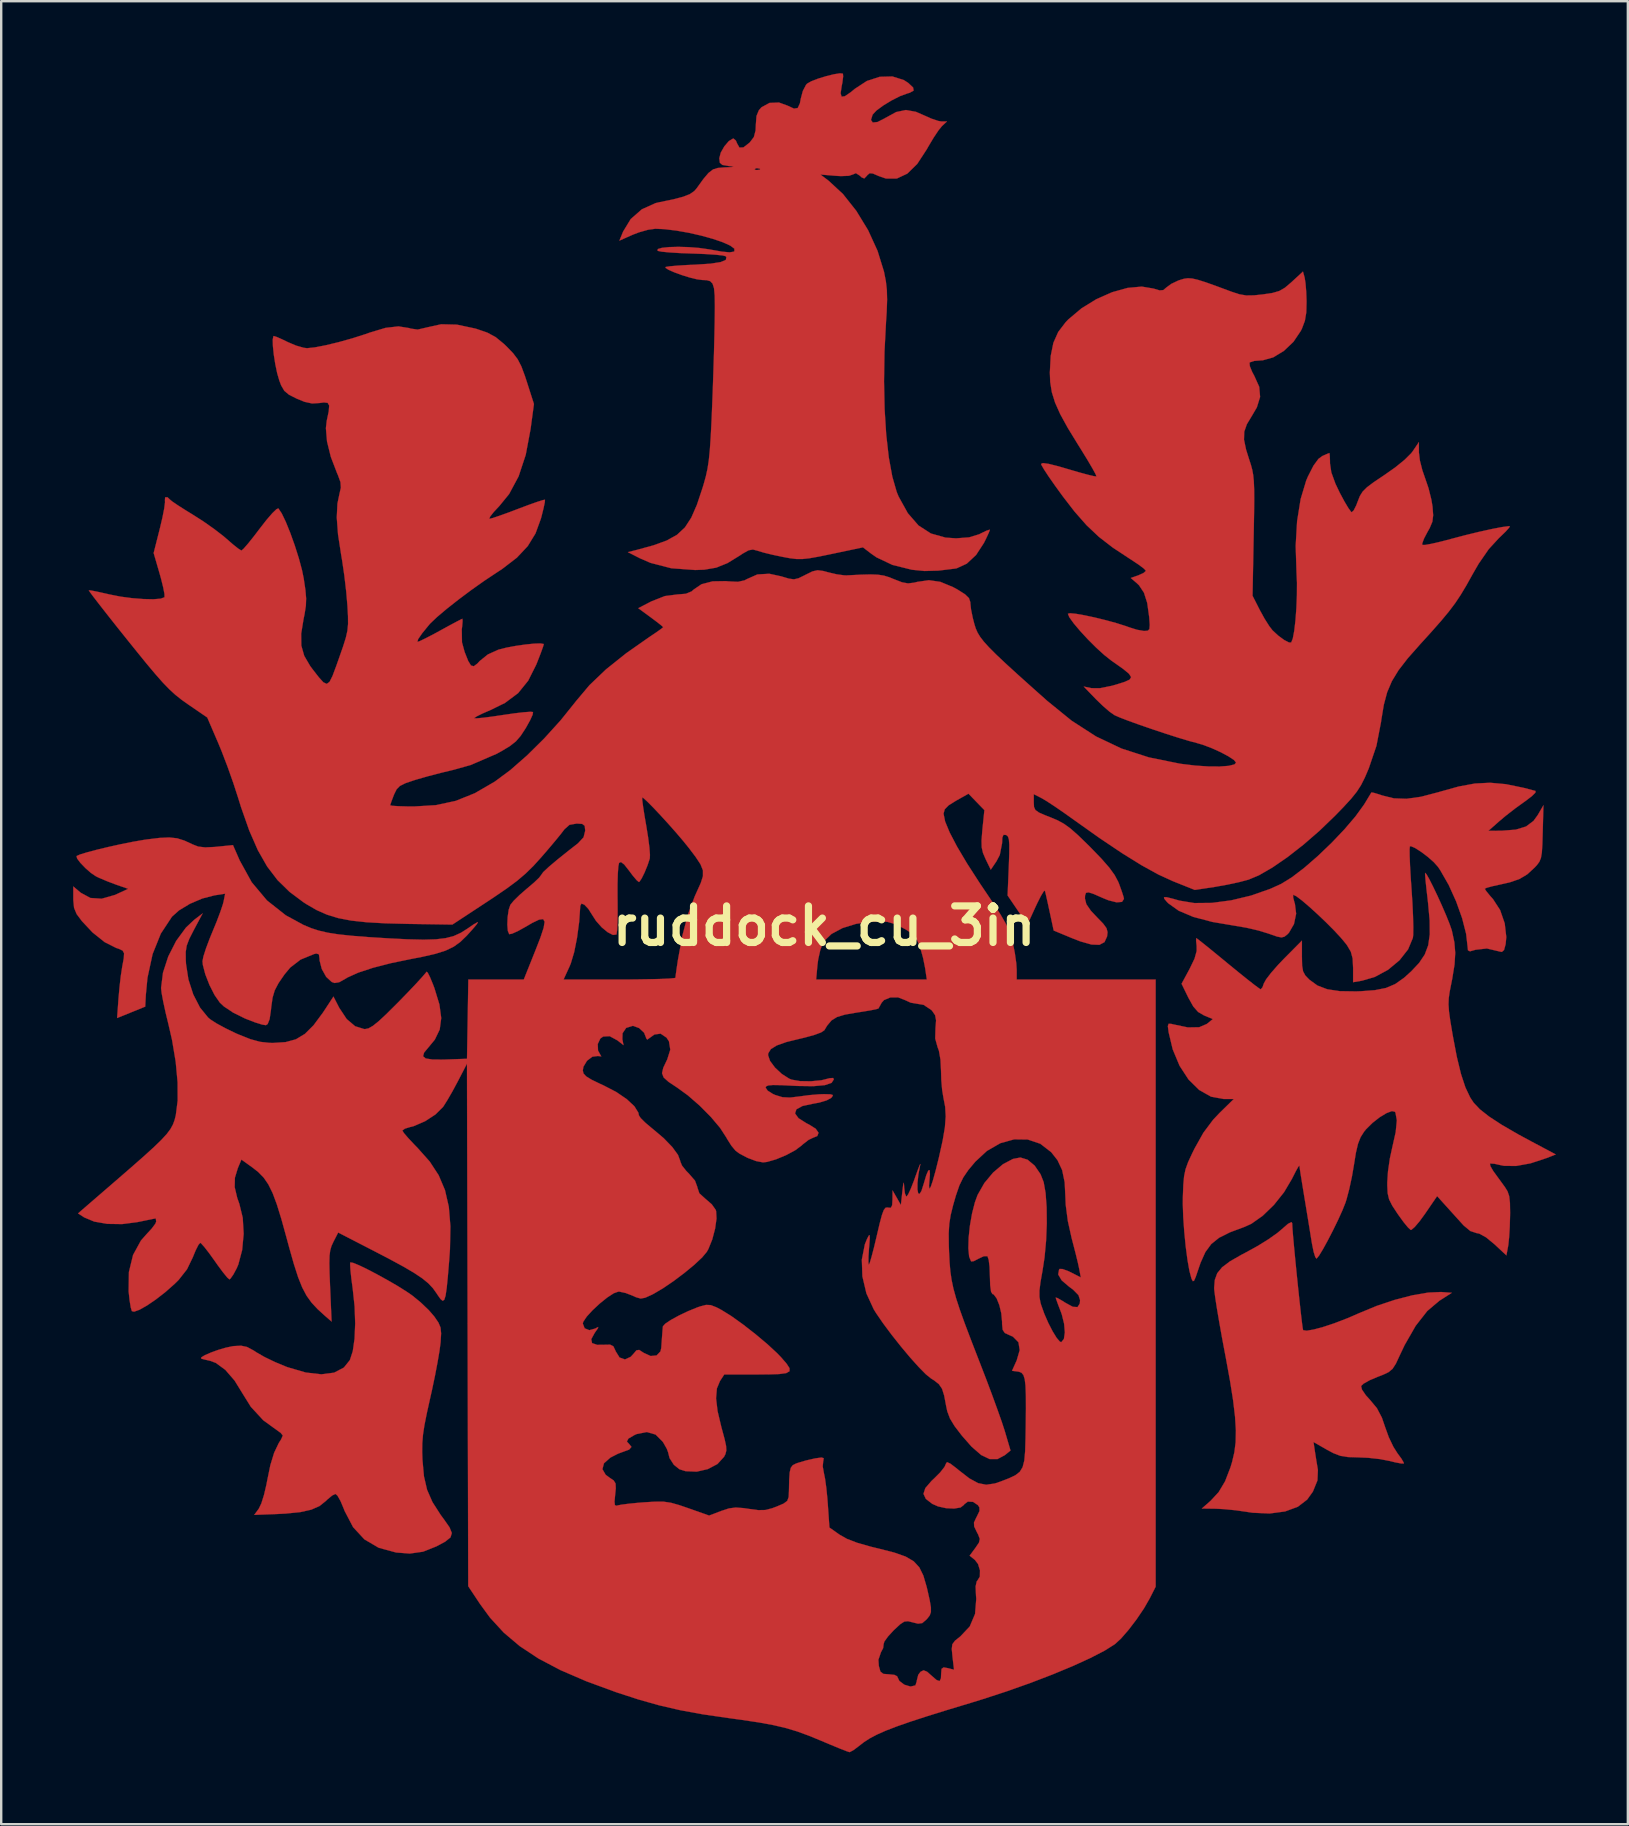
<source format=kicad_pcb>
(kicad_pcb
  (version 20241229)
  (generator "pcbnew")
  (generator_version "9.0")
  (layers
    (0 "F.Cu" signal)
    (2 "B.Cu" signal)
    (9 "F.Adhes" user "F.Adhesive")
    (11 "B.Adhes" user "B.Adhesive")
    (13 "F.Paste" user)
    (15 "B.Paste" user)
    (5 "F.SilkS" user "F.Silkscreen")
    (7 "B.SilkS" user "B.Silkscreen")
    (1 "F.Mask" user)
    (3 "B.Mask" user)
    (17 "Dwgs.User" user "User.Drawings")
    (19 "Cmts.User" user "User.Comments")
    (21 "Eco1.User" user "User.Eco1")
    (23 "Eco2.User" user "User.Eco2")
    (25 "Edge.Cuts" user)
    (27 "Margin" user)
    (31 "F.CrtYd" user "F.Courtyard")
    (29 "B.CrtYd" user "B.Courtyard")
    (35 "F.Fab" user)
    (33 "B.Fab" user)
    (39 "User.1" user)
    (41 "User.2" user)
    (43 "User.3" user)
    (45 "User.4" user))
  (footprint "ruddock_cu_3in"
    (layer "F.Cu")
    (at 31.298 35.541)
    (property "Reference" "ruddock_cu_3in" (at 0 0 0) (layer "F.SilkS") (effects (font (size 1.524 1.524) (thickness 0.3))))
    (attr through_hole)
    (fp_poly (pts (xy -19.635 14.041) (xy -19.385 14.143) (xy -19.037 14.311) (xy -18.627 14.525) (xy -18.194 14.764) (xy -17.774 15.008) (xy -17.405 15.239) (xy -17.172 15.399) (xy -16.813 15.693) (xy -16.474 16.017) (xy -16.247 16.28) (xy -16.075 16.532) (xy -15.987 16.739) (xy -15.963 16.982) (xy -15.984 17.342) (xy -15.987 17.374) (xy -16.03 17.706) (xy -16.111 18.183) (xy -16.22 18.752) (xy -16.347 19.359) (xy -16.415 19.66) (xy -16.558 20.306) (xy -16.658 20.806) (xy -16.719 21.209) (xy -16.748 21.565) (xy -16.752 21.925) (xy -16.741 22.25) (xy -16.679 22.937) (xy -16.549 23.499) (xy -16.324 24.014) (xy -15.977 24.555) (xy -15.846 24.732) (xy -15.612 25.066) (xy -15.516 25.302) (xy -15.572 25.485) (xy -15.791 25.661) (xy -16.154 25.857) (xy -16.716 26.081) (xy -17.268 26.159) (xy -17.838 26.115) (xy -18.564 25.918) (xy -19.16 25.568) (xy -19.632 25.058) (xy -19.985 24.383) (xy -20.02 24.292) (xy -20.153 23.975) (xy -20.279 23.751) (xy -20.365 23.673) (xy -20.507 23.741) (xy -20.71 23.91) (xy -20.767 23.967) (xy -21.029 24.177) (xy -21.374 24.329) (xy -21.835 24.432) (xy -22.446 24.493) (xy -22.823 24.512) (xy -23.751 24.547) (xy -23.561 24.288) (xy -23.456 24.069) (xy -23.344 23.712) (xy -23.243 23.282) (xy -23.215 23.132) (xy -23.079 22.469) (xy -22.923 21.96) (xy -22.73 21.554) (xy -22.633 21.402) (xy -22.561 21.239) (xy -22.656 21.122) (xy -22.696 21.097) (xy -23.374 20.605) (xy -23.894 20.042) (xy -24.212 19.531) (xy -24.57 18.95) (xy -24.957 18.503) (xy -25.347 18.216) (xy -25.58 18.128) (xy -25.821 18.072) (xy -25.959 18.037) (xy -25.962 17.984) (xy -25.816 17.894) (xy -25.566 17.784) (xy -25.26 17.673) (xy -24.942 17.579) (xy -24.659 17.519) (xy -24.613 17.512) (xy -24.3 17.496) (xy -24.052 17.548) (xy -23.776 17.696) (xy -23.656 17.775) (xy -23.326 17.965) (xy -22.889 18.176) (xy -22.43 18.367) (xy -22.357 18.394) (xy -21.603 18.614) (xy -20.954 18.688) (xy -20.421 18.619) (xy -20.015 18.406) (xy -19.766 18.095) (xy -19.645 17.724) (xy -19.57 17.199) (xy -19.544 16.565) (xy -19.568 15.865) (xy -19.645 15.143) (xy -19.645 15.14) (xy -19.704 14.698) (xy -19.742 14.336) (xy -19.756 14.097) (xy -19.748 14.024) (xy -19.635 14.041)) (stroke (width 0.01) (type solid)) (fill yes) (layer "F.Cu"))
    (fp_poly (pts (xy 19.507 12.387) (xy 19.517 12.577) (xy 19.544 12.918) (xy 19.585 13.372) (xy 19.636 13.905) (xy 19.693 14.481) (xy 19.753 15.065) (xy 19.812 15.62) (xy 19.866 16.112) (xy 19.912 16.504) (xy 19.946 16.761) (xy 19.964 16.848) (xy 20.113 16.871) (xy 20.411 16.82) (xy 20.82 16.709) (xy 21.305 16.546) (xy 21.828 16.344) (xy 22.29 16.143) (xy 23.027 15.838) (xy 23.785 15.585) (xy 24.518 15.395) (xy 25.175 15.282) (xy 25.709 15.258) (xy 25.744 15.26) (xy 26.161 15.291) (xy 25.637 15.626) (xy 25.138 16.049) (xy 24.656 16.665) (xy 24.195 17.469) (xy 23.995 17.89) (xy 23.832 18.241) (xy 23.692 18.459) (xy 23.52 18.601) (xy 23.258 18.722) (xy 23.066 18.795) (xy 22.735 18.936) (xy 22.487 19.075) (xy 22.38 19.175) (xy 22.417 19.326) (xy 22.579 19.563) (xy 22.75 19.752) (xy 23.04 20.1) (xy 23.247 20.494) (xy 23.382 20.888) (xy 23.534 21.309) (xy 23.726 21.711) (xy 23.895 21.978) (xy 24.065 22.209) (xy 24.156 22.368) (xy 24.161 22.406) (xy 24.049 22.404) (xy 23.802 22.357) (xy 23.566 22.299) (xy 23.167 22.222) (xy 22.679 22.168) (xy 22.263 22.15) (xy 21.832 22.137) (xy 21.516 22.086) (xy 21.225 21.974) (xy 20.955 21.83) (xy 20.398 21.511) (xy 20.456 21.906) (xy 20.515 22.283) (xy 20.577 22.653) (xy 20.58 22.669) (xy 20.561 23.111) (xy 20.371 23.578) (xy 20.13 23.912) (xy 19.742 24.209) (xy 19.211 24.404) (xy 18.57 24.489) (xy 17.858 24.458) (xy 17.628 24.423) (xy 17.157 24.355) (xy 16.662 24.307) (xy 16.329 24.29) (xy 15.741 24.282) (xy 16.106 23.962) (xy 16.443 23.599) (xy 16.712 23.147) (xy 16.939 22.557) (xy 17.005 22.336) (xy 17.099 21.936) (xy 17.152 21.508) (xy 17.162 21.025) (xy 17.127 20.458) (xy 17.047 19.78) (xy 16.918 18.964) (xy 16.739 17.983) (xy 16.713 17.847) (xy 16.583 17.156) (xy 16.468 16.511) (xy 16.372 15.946) (xy 16.302 15.495) (xy 16.263 15.19) (xy 16.256 15.094) (xy 16.283 14.755) (xy 16.384 14.476) (xy 16.585 14.229) (xy 16.912 13.982) (xy 17.395 13.705) (xy 17.595 13.6) (xy 18.065 13.341) (xy 18.517 13.061) (xy 18.887 12.799) (xy 19.067 12.648) (xy 19.332 12.417) (xy 19.478 12.344) (xy 19.507 12.387)) (stroke (width 0.01) (type solid)) (fill yes) (layer "F.Cu"))
    (fp_poly (pts (xy -26.965 -3.652) (xy -26.658 -3.555) (xy -26.335 -3.404) (xy -26.087 -3.307) (xy -25.798 -3.273) (xy -25.395 -3.292) (xy -25.319 -3.3) (xy -24.638 -3.368) (xy -24.356 -2.725) (xy -23.858 -1.821) (xy -23.221 -1.062) (xy -22.436 -0.442) (xy -21.701 -0.042) (xy -21.386 0.09) (xy -21.059 0.196) (xy -20.688 0.282) (xy -20.24 0.352) (xy -19.684 0.411) (xy -18.988 0.466) (xy -18.173 0.517) (xy -17.348 0.558) (xy -16.693 0.573) (xy -16.177 0.558) (xy -15.767 0.508) (xy -15.433 0.42) (xy -15.142 0.288) (xy -14.862 0.111) (xy -14.835 0.091) (xy -14.603 -0.067) (xy -14.455 -0.149) (xy -14.427 -0.149) (xy -14.491 -0.052) (xy -14.66 0.148) (xy -14.893 0.406) (xy -15.164 0.668) (xy -15.446 0.87) (xy -15.781 1.03) (xy -16.21 1.165) (xy -16.776 1.294) (xy -17.17 1.369) (xy -18.044 1.549) (xy -18.801 1.744) (xy -19.415 1.946) (xy -19.859 2.146) (xy -19.941 2.196) (xy -20.214 2.348) (xy -20.403 2.379) (xy -20.524 2.336) (xy -20.753 2.123) (xy -20.937 1.794) (xy -21.028 1.439) (xy -21.031 1.37) (xy -21.056 1.183) (xy -21.167 1.15) (xy -21.26 1.173) (xy -21.822 1.404) (xy -22.254 1.737) (xy -22.488 2.018) (xy -22.742 2.388) (xy -22.898 2.685) (xy -22.988 2.991) (xy -23.044 3.391) (xy -23.055 3.504) (xy -23.111 3.886) (xy -23.192 4.089) (xy -23.266 4.137) (xy -23.428 4.111) (xy -23.718 4.02) (xy -24.079 3.881) (xy -24.152 3.85) (xy -24.63 3.614) (xy -25.015 3.357) (xy -25.183 3.2) (xy -25.405 2.88) (xy -25.618 2.461) (xy -25.791 2.017) (xy -25.894 1.624) (xy -25.908 1.468) (xy -25.869 1.27) (xy -25.764 0.94) (xy -25.611 0.532) (xy -25.502 0.266) (xy -25.32 -0.175) (xy -25.166 -0.583) (xy -25.06 -0.898) (xy -25.03 -1.014) (xy -24.964 -1.344) (xy -25.41 -1.274) (xy -25.917 -1.143) (xy -26.433 -0.923) (xy -26.884 -0.65) (xy -27.18 -0.386) (xy -27.645 0.319) (xy -27.988 1.173) (xy -28.202 2.162) (xy -28.27 2.876) (xy -28.296 3.364) (xy -29.467 3.839) (xy -29.408 3.012) (xy -29.366 2.543) (xy -29.313 2.082) (xy -29.258 1.722) (xy -29.254 1.697) (xy -29.189 1.346) (xy -29.177 1.141) (xy -29.236 1.03) (xy -29.384 0.958) (xy -29.508 0.917) (xy -29.984 0.677) (xy -30.49 0.273) (xy -30.933 -0.199) (xy -31.154 -0.494) (xy -31.261 -0.752) (xy -31.292 -1.07) (xy -31.293 -1.136) (xy -31.293 -1.644) (xy -30.98 -1.381) (xy -30.581 -1.165) (xy -30.112 -1.134) (xy -29.567 -1.289) (xy -29.464 -1.334) (xy -29.007 -1.546) (xy -29.52 -1.725) (xy -29.885 -1.863) (xy -30.224 -2.007) (xy -30.346 -2.066) (xy -30.558 -2.208) (xy -30.789 -2.411) (xy -30.997 -2.627) (xy -31.134 -2.809) (xy -31.158 -2.912) (xy -31.018 -2.976) (xy -30.721 -3.067) (xy -30.31 -3.176) (xy -29.827 -3.292) (xy -29.314 -3.406) (xy -28.814 -3.506) (xy -28.37 -3.583) (xy -28.253 -3.601) (xy -27.704 -3.668) (xy -27.294 -3.687) (xy -26.965 -3.652)) (stroke (width 0.01) (type solid)) (fill yes) (layer "F.Cu"))
    (fp_poly (pts (xy 28.412 -5.908) (xy 29.149 -5.757) (xy 29.652 -5.625) (xy 29.645 -5.555) (xy 29.495 -5.406) (xy 29.233 -5.207) (xy 29.195 -5.18) (xy 28.804 -4.898) (xy 28.402 -4.585) (xy 28.143 -4.368) (xy 27.686 -3.963) (xy 28.245 -3.968) (xy 28.826 -4.013) (xy 29.254 -4.144) (xy 29.568 -4.378) (xy 29.744 -4.623) (xy 29.98 -5.029) (xy 29.95 -3.893) (xy 29.935 -3.396) (xy 29.914 -3.056) (xy 29.875 -2.829) (xy 29.808 -2.669) (xy 29.704 -2.53) (xy 29.616 -2.436) (xy 29.309 -2.153) (xy 28.985 -1.958) (xy 28.575 -1.816) (xy 28.167 -1.724) (xy 27.841 -1.652) (xy 27.612 -1.588) (xy 27.534 -1.548) (xy 27.596 -1.451) (xy 27.755 -1.256) (xy 27.88 -1.115) (xy 28.174 -0.662) (xy 28.366 -0.107) (xy 28.432 0.464) (xy 28.405 0.759) (xy 28.338 1.004) (xy 28.247 1.084) (xy 28.162 1.068) (xy 27.623 0.94) (xy 27.147 0.994) (xy 27.132 0.999) (xy 26.92 1.059) (xy 26.835 1.019) (xy 26.821 0.884) (xy 26.758 0.331) (xy 26.591 -0.324) (xy 26.341 -1.023) (xy 26.031 -1.708) (xy 25.68 -2.32) (xy 25.583 -2.464) (xy 25.41 -2.658) (xy 25.162 -2.876) (xy 24.889 -3.083) (xy 24.64 -3.243) (xy 24.463 -3.32) (xy 24.413 -3.314) (xy 24.401 -3.198) (xy 24.404 -2.914) (xy 24.421 -2.497) (xy 24.451 -1.98) (xy 24.482 -1.538) (xy 24.52 -0.944) (xy 24.545 -0.4) (xy 24.556 0.054) (xy 24.552 0.375) (xy 24.539 0.498) (xy 24.339 0.976) (xy 23.981 1.431) (xy 23.506 1.826) (xy 22.957 2.124) (xy 22.428 2.28) (xy 22.047 2.346) (xy 22.047 1.747) (xy 22.028 1.359) (xy 21.953 1.076) (xy 21.793 0.805) (xy 21.754 0.752) (xy 21.546 0.501) (xy 21.258 0.191) (xy 20.921 -0.148) (xy 20.564 -0.488) (xy 20.219 -0.801) (xy 19.916 -1.06) (xy 19.685 -1.234) (xy 19.558 -1.297) (xy 19.547 -1.293) (xy 19.55 -1.18) (xy 19.609 -0.957) (xy 19.622 -0.921) (xy 19.673 -0.51) (xy 19.583 -0.078) (xy 19.373 0.285) (xy 19.308 0.352) (xy 19.185 0.449) (xy 19.061 0.48) (xy 18.876 0.443) (xy 18.568 0.336) (xy 18.519 0.319) (xy 18.104 0.192) (xy 17.602 0.075) (xy 17.17 0.001) (xy 16.182 -0.166) (xy 15.387 -0.376) (xy 14.777 -0.634) (xy 14.348 -0.94) (xy 14.284 -1.005) (xy 14.175 -1.136) (xy 14.166 -1.199) (xy 14.282 -1.196) (xy 14.55 -1.129) (xy 14.813 -1.054) (xy 15.428 -0.953) (xy 16.163 -0.96) (xy 16.969 -1.067) (xy 17.799 -1.266) (xy 18.604 -1.549) (xy 19.05 -1.752) (xy 19.491 -2.024) (xy 20.013 -2.423) (xy 20.578 -2.914) (xy 21.147 -3.459) (xy 21.682 -4.021) (xy 22.146 -4.564) (xy 22.499 -5.051) (xy 22.549 -5.131) (xy 22.697 -5.377) (xy 22.793 -5.535) (xy 22.811 -5.564) (xy 22.907 -5.549) (xy 23.131 -5.482) (xy 23.263 -5.437) (xy 23.747 -5.317) (xy 24.27 -5.299) (xy 24.875 -5.383) (xy 25.605 -5.574) (xy 25.667 -5.593) (xy 26.447 -5.81) (xy 27.123 -5.935) (xy 27.757 -5.967) (xy 28.412 -5.908)) (stroke (width 0.01) (type solid)) (fill yes) (layer "F.Cu"))
    (fp_poly (pts (xy 25.105 -2.155) (xy 25.222 -1.95) (xy 25.381 -1.636) (xy 25.564 -1.253) (xy 25.751 -0.842) (xy 25.924 -0.441) (xy 26.065 -0.091) (xy 26.156 0.169) (xy 26.165 0.203) (xy 26.267 0.677) (xy 26.304 1.122) (xy 26.275 1.606) (xy 26.18 2.196) (xy 26.142 2.387) (xy 26.073 2.735) (xy 26.033 3.012) (xy 26.023 3.273) (xy 26.044 3.569) (xy 26.097 3.952) (xy 26.185 4.476) (xy 26.2 4.565) (xy 26.37 5.459) (xy 26.544 6.173) (xy 26.728 6.731) (xy 26.931 7.157) (xy 27.072 7.369) (xy 27.33 7.642) (xy 27.716 7.946) (xy 28.249 8.294) (xy 28.943 8.695) (xy 29.448 8.968) (xy 30.493 9.523) (xy 30.105 9.677) (xy 29.442 9.895) (xy 28.838 10.005) (xy 28.335 9.999) (xy 28.197 9.971) (xy 27.936 9.913) (xy 27.771 9.902) (xy 27.75 9.91) (xy 27.771 10.015) (xy 27.886 10.212) (xy 27.922 10.263) (xy 28.144 10.567) (xy 28.369 10.877) (xy 28.372 10.88) (xy 28.485 11.063) (xy 28.553 11.264) (xy 28.584 11.54) (xy 28.591 11.948) (xy 28.589 12.084) (xy 28.576 12.543) (xy 28.55 12.972) (xy 28.517 13.294) (xy 28.507 13.353) (xy 28.436 13.732) (xy 27.938 13.267) (xy 27.585 12.977) (xy 27.299 12.822) (xy 27.191 12.802) (xy 26.933 12.716) (xy 26.653 12.483) (xy 26.642 12.471) (xy 26.396 12.199) (xy 26.101 11.873) (xy 25.946 11.701) (xy 25.549 11.261) (xy 25.054 11.985) (xy 24.82 12.307) (xy 24.617 12.546) (xy 24.478 12.665) (xy 24.449 12.671) (xy 24.341 12.574) (xy 24.158 12.352) (xy 23.938 12.05) (xy 23.903 12) (xy 23.678 11.657) (xy 23.548 11.398) (xy 23.488 11.144) (xy 23.472 10.818) (xy 23.472 10.687) (xy 23.502 10.225) (xy 23.579 9.694) (xy 23.675 9.252) (xy 23.823 8.591) (xy 23.87 8.103) (xy 23.814 7.788) (xy 23.792 7.747) (xy 23.666 7.717) (xy 23.439 7.802) (xy 23.155 7.974) (xy 22.859 8.206) (xy 22.592 8.469) (xy 22.507 8.572) (xy 22.361 8.802) (xy 22.251 9.081) (xy 22.162 9.462) (xy 22.087 9.929) (xy 21.999 10.444) (xy 21.887 10.965) (xy 21.771 11.403) (xy 21.73 11.532) (xy 21.602 11.852) (xy 21.422 12.25) (xy 21.212 12.681) (xy 20.995 13.102) (xy 20.794 13.469) (xy 20.63 13.738) (xy 20.526 13.867) (xy 20.525 13.867) (xy 20.47 13.801) (xy 20.401 13.579) (xy 20.334 13.246) (xy 20.323 13.183) (xy 20.256 12.768) (xy 20.169 12.232) (xy 20.074 11.654) (xy 20.009 11.261) (xy 19.932 10.79) (xy 19.868 10.393) (xy 19.825 10.112) (xy 19.809 9.991) (xy 19.768 10.031) (xy 19.663 10.216) (xy 19.515 10.508) (xy 19.5 10.539) (xy 19.168 11.1) (xy 18.747 11.628) (xy 18.28 12.08) (xy 17.81 12.412) (xy 17.526 12.542) (xy 16.913 12.77) (xy 16.461 12.997) (xy 16.133 13.261) (xy 15.889 13.594) (xy 15.692 14.033) (xy 15.6 14.3) (xy 15.489 14.628) (xy 15.418 14.788) (xy 15.367 14.807) (xy 15.316 14.71) (xy 15.31 14.695) (xy 15.227 14.386) (xy 15.145 13.925) (xy 15.071 13.364) (xy 15.011 12.753) (xy 14.968 12.143) (xy 14.949 11.586) (xy 14.952 11.293) (xy 14.971 10.796) (xy 15.003 10.434) (xy 15.064 10.14) (xy 15.17 9.846) (xy 15.338 9.484) (xy 15.434 9.288) (xy 15.806 8.622) (xy 16.211 8.081) (xy 16.478 7.798) (xy 17.074 7.214) (xy 16.652 7.214) (xy 16.125 7.116) (xy 15.632 6.838) (xy 15.189 6.402) (xy 14.815 5.83) (xy 14.529 5.145) (xy 14.358 4.429) (xy 14.326 4.177) (xy 14.356 4.078) (xy 14.476 4.084) (xy 14.539 4.101) (xy 15.159 4.23) (xy 15.633 4.222) (xy 15.949 4.086) (xy 16.2 3.883) (xy 15.834 3.73) (xy 15.587 3.586) (xy 15.386 3.358) (xy 15.183 2.994) (xy 14.898 2.411) (xy 15.236 1.785) (xy 15.439 1.363) (xy 15.527 1.046) (xy 15.526 0.834) (xy 15.503 0.612) (xy 15.51 0.509) (xy 15.512 0.508) (xy 15.597 0.569) (xy 15.813 0.739) (xy 16.131 0.996) (xy 16.525 1.318) (xy 16.836 1.575) (xy 17.272 1.931) (xy 17.653 2.237) (xy 17.952 2.471) (xy 18.143 2.611) (xy 18.197 2.642) (xy 18.271 2.556) (xy 18.327 2.397) (xy 18.423 2.224) (xy 18.631 1.954) (xy 18.918 1.626) (xy 19.151 1.382) (xy 19.914 0.612) (xy 19.914 1.281) (xy 19.922 1.654) (xy 19.962 1.892) (xy 20.056 2.066) (xy 20.227 2.243) (xy 20.228 2.244) (xy 20.56 2.484) (xy 20.97 2.64) (xy 21.493 2.719) (xy 22.167 2.729) (xy 22.352 2.723) (xy 22.955 2.678) (xy 23.417 2.586) (xy 23.801 2.423) (xy 24.166 2.166) (xy 24.468 1.894) (xy 24.799 1.542) (xy 25.033 1.193) (xy 25.178 0.808) (xy 25.243 0.348) (xy 25.238 -0.225) (xy 25.172 -0.951) (xy 25.159 -1.067) (xy 25.107 -1.518) (xy 25.068 -1.887) (xy 25.048 -2.133) (xy 25.047 -2.213) (xy 25.105 -2.155)) (stroke (width 0.01) (type solid)) (fill yes) (layer "F.Cu"))
    (fp_poly (pts (xy 0.784 -35.521) (xy 0.793 -35.402) (xy 0.762 -35.155) (xy 0.733 -35.008) (xy 0.688 -34.704) (xy 0.727 -34.563) (xy 0.865 -34.58) (xy 1.117 -34.753) (xy 1.282 -34.89) (xy 1.783 -35.217) (xy 2.318 -35.39) (xy 2.845 -35.404) (xy 3.321 -35.255) (xy 3.506 -35.135) (xy 3.71 -34.943) (xy 3.73 -34.814) (xy 3.565 -34.723) (xy 3.48 -34.7) (xy 3.173 -34.588) (xy 2.813 -34.406) (xy 2.461 -34.192) (xy 2.177 -33.982) (xy 2.022 -33.814) (xy 1.952 -33.59) (xy 2.028 -33.485) (xy 2.226 -33.506) (xy 2.525 -33.659) (xy 2.546 -33.672) (xy 3.003 -33.921) (xy 3.409 -34.006) (xy 3.826 -33.931) (xy 4.145 -33.792) (xy 4.473 -33.646) (xy 4.761 -33.55) (xy 4.893 -33.528) (xy 5.118 -33.528) (xy 4.91 -33.334) (xy 4.766 -33.157) (xy 4.565 -32.855) (xy 4.344 -32.485) (xy 4.276 -32.364) (xy 3.88 -31.758) (xy 3.466 -31.354) (xy 3.033 -31.151) (xy 2.58 -31.149) (xy 2.277 -31.253) (xy 2.032 -31.359) (xy 1.897 -31.371) (xy 1.802 -31.292) (xy 1.782 -31.264) (xy 1.675 -31.154) (xy 1.567 -31.196) (xy 1.491 -31.267) (xy 1.325 -31.374) (xy 1.21 -31.324) (xy 1.034 -31.264) (xy 0.697 -31.251) (xy 0.473 -31.264) (xy -0.152 -31.316) (xy 0.192 -31.054) (xy 0.785 -30.505) (xy 1.342 -29.802) (xy 1.833 -28.997) (xy 2.226 -28.138) (xy 2.493 -27.277) (xy 2.499 -27.25) (xy 2.574 -26.864) (xy 2.615 -26.499) (xy 2.625 -26.094) (xy 2.607 -25.586) (xy 2.582 -25.203) (xy 2.516 -23.928) (xy 2.497 -22.699) (xy 2.521 -21.54) (xy 2.588 -20.475) (xy 2.695 -19.529) (xy 2.842 -18.725) (xy 3.025 -18.088) (xy 3.103 -17.898) (xy 3.489 -17.201) (xy 3.933 -16.69) (xy 4.452 -16.355) (xy 5.061 -16.184) (xy 5.499 -16.154) (xy 6.043 -16.195) (xy 6.461 -16.323) (xy 6.529 -16.358) (xy 6.76 -16.47) (xy 6.895 -16.514) (xy 6.909 -16.507) (xy 6.866 -16.393) (xy 6.758 -16.159) (xy 6.66 -15.961) (xy 6.333 -15.46) (xy 5.945 -15.099) (xy 5.528 -14.906) (xy 5.458 -14.893) (xy 4.76 -14.808) (xy 4.183 -14.793) (xy 3.658 -14.845) (xy 3.658 -14.845) (xy 2.849 -15.046) (xy 2.186 -15.36) (xy 1.965 -15.513) (xy 1.618 -15.778) (xy 0.326 -15.506) (xy -0.212 -15.395) (xy -0.604 -15.325) (xy -0.901 -15.292) (xy -1.157 -15.293) (xy -1.424 -15.325) (xy -1.728 -15.381) (xy -2.141 -15.468) (xy -2.512 -15.558) (xy -2.765 -15.634) (xy -2.776 -15.638) (xy -2.967 -15.688) (xy -3.147 -15.656) (xy -3.386 -15.523) (xy -3.513 -15.438) (xy -4.029 -15.121) (xy -4.495 -14.933) (xy -4.995 -14.847) (xy -5.377 -14.834) (xy -6.369 -14.907) (xy -7.238 -15.132) (xy -7.671 -15.32) (xy -8.179 -15.579) (xy -7.823 -15.668) (xy -7.11 -15.863) (xy -6.557 -16.064) (xy -6.131 -16.302) (xy -5.801 -16.609) (xy -5.536 -17.015) (xy -5.302 -17.552) (xy -5.069 -18.251) (xy -5.017 -18.422) (xy -4.929 -18.739) (xy -4.86 -19.056) (xy -4.806 -19.411) (xy -4.763 -19.841) (xy -4.726 -20.382) (xy -4.691 -21.074) (xy -4.676 -21.438) (xy -4.645 -22.215) (xy -4.617 -23.046) (xy -4.591 -23.865) (xy -4.572 -24.607) (xy -4.56 -25.18) (xy -4.553 -25.811) (xy -4.56 -26.268) (xy -4.589 -26.579) (xy -4.65 -26.771) (xy -4.749 -26.873) (xy -4.897 -26.914) (xy -5.086 -26.922) (xy -5.305 -26.951) (xy -5.601 -27.024) (xy -5.927 -27.125) (xy -6.235 -27.237) (xy -6.478 -27.343) (xy -6.61 -27.426) (xy -6.604 -27.464) (xy -6.444 -27.491) (xy -6.13 -27.519) (xy -5.712 -27.545) (xy -5.356 -27.561) (xy -4.737 -27.601) (xy -4.316 -27.667) (xy -4.095 -27.759) (xy -4.074 -27.876) (xy -4.105 -27.913) (xy -4.23 -27.944) (xy -4.518 -27.975) (xy -4.929 -28.002) (xy -5.421 -28.022) (xy -5.52 -28.025) (xy -6.024 -28.044) (xy -6.455 -28.071) (xy -6.772 -28.102) (xy -6.934 -28.135) (xy -6.943 -28.141) (xy -6.932 -28.211) (xy -6.757 -28.262) (xy -6.458 -28.293) (xy -6.073 -28.303) (xy -5.641 -28.291) (xy -5.2 -28.256) (xy -4.791 -28.198) (xy -4.736 -28.188) (xy -4.256 -28.103) (xy -3.944 -28.074) (xy -3.772 -28.1) (xy -3.739 -28.123) (xy -3.742 -28.229) (xy -3.913 -28.355) (xy -4.221 -28.494) (xy -4.632 -28.635) (xy -5.114 -28.769) (xy -5.635 -28.888) (xy -6.163 -28.981) (xy -6.664 -29.041) (xy -7.033 -29.057) (xy -7.339 -29.015) (xy -7.723 -28.906) (xy -7.972 -28.81) (xy -8.532 -28.562) (xy -8.379 -28.937) (xy -8.06 -29.462) (xy -7.596 -29.868) (xy -7.024 -30.126) (xy -6.848 -30.167) (xy -6.274 -30.285) (xy -5.867 -30.393) (xy -5.589 -30.505) (xy -5.405 -30.634) (xy -5.311 -30.744) (xy -5.032 -31.131) (xy -4.821 -31.381) (xy -4.64 -31.52) (xy -2.902 -31.52) (xy -2.802 -31.504) (xy -2.671 -31.523) (xy -2.669 -31.557) (xy -2.805 -31.582) (xy -2.864 -31.565) (xy -2.902 -31.52) (xy -4.64 -31.52) (xy -4.637 -31.523) (xy -4.435 -31.59) (xy -4.174 -31.613) (xy -4.131 -31.615) (xy -3.855 -31.626) (xy -3.772 -31.64) (xy -3.871 -31.659) (xy -3.988 -31.672) (xy -4.239 -31.716) (xy -4.347 -31.809) (xy -4.369 -31.995) (xy -4.308 -32.23) (xy -4.159 -32.491) (xy -3.973 -32.709) (xy -3.797 -32.815) (xy -3.776 -32.817) (xy -3.677 -32.732) (xy -3.628 -32.614) (xy -3.529 -32.44) (xy -3.362 -32.448) (xy -3.118 -32.637) (xy -3.094 -32.66) (xy -2.928 -32.88) (xy -2.856 -33.155) (xy -2.845 -33.404) (xy -2.818 -33.759) (xy -2.72 -33.995) (xy -2.61 -34.12) (xy -2.278 -34.301) (xy -1.883 -34.318) (xy -1.524 -34.188) (xy -1.258 -34.065) (xy -1.099 -34.089) (xy -1.009 -34.284) (xy -0.972 -34.481) (xy -0.887 -34.8) (xy -0.755 -35.053) (xy -0.71 -35.104) (xy -0.536 -35.203) (xy -0.251 -35.313) (xy 0.085 -35.416) (xy 0.41 -35.496) (xy 0.665 -35.536) (xy 0.784 -35.521)) (stroke (width 0.01) (type solid)) (fill yes) (layer "F.Cu"))
    (fp_poly (pts (xy 20.027 -27.022) (xy 20.063 -26.796) (xy 20.092 -26.443) (xy 20.107 -26.038) (xy 20.107 -26.032) (xy 20.096 -25.571) (xy 20.038 -25.223) (xy 19.916 -24.898) (xy 19.867 -24.799) (xy 19.561 -24.345) (xy 19.161 -23.965) (xy 18.717 -23.696) (xy 18.28 -23.574) (xy 18.204 -23.571) (xy 17.93 -23.549) (xy 17.752 -23.492) (xy 17.73 -23.471) (xy 17.742 -23.333) (xy 17.84 -23.091) (xy 17.927 -22.929) (xy 18.134 -22.47) (xy 18.171 -22.048) (xy 18.036 -21.613) (xy 17.831 -21.262) (xy 17.619 -20.91) (xy 17.51 -20.598) (xy 17.5 -20.266) (xy 17.585 -19.857) (xy 17.713 -19.449) (xy 17.787 -19.222) (xy 17.843 -19.014) (xy 17.883 -18.796) (xy 17.909 -18.536) (xy 17.923 -18.204) (xy 17.926 -17.769) (xy 17.92 -17.199) (xy 17.907 -16.465) (xy 17.903 -16.253) (xy 17.856 -13.761) (xy 18.164 -13.155) (xy 18.359 -12.801) (xy 18.556 -12.491) (xy 18.69 -12.318) (xy 18.932 -12.095) (xy 19.178 -11.915) (xy 19.377 -11.813) (xy 19.467 -11.813) (xy 19.533 -11.976) (xy 19.594 -12.298) (xy 19.645 -12.736) (xy 19.683 -13.246) (xy 19.705 -13.783) (xy 19.708 -14.304) (xy 19.689 -14.734) (xy 19.654 -15.84) (xy 19.713 -16.87) (xy 19.86 -17.789) (xy 20.093 -18.564) (xy 20.164 -18.73) (xy 20.396 -19.184) (xy 20.603 -19.466) (xy 20.769 -19.587) (xy 20.969 -19.675) (xy 21.061 -19.71) (xy 21.074 -19.619) (xy 21.083 -19.391) (xy 21.084 -19.278) (xy 21.14 -18.901) (xy 21.312 -18.428) (xy 21.49 -18.055) (xy 21.682 -17.697) (xy 21.848 -17.418) (xy 21.962 -17.261) (xy 21.988 -17.242) (xy 22.071 -17.317) (xy 22.179 -17.531) (xy 22.242 -17.696) (xy 22.33 -17.918) (xy 22.444 -18.101) (xy 22.622 -18.279) (xy 22.899 -18.488) (xy 23.312 -18.766) (xy 23.334 -18.78) (xy 23.803 -19.11) (xy 24.196 -19.429) (xy 24.469 -19.701) (xy 24.527 -19.777) (xy 24.79 -20.164) (xy 24.79 -19.732) (xy 24.83 -19.4) (xy 24.934 -18.989) (xy 25.04 -18.685) (xy 25.191 -18.242) (xy 25.311 -17.76) (xy 25.357 -17.481) (xy 25.384 -17.115) (xy 25.352 -16.85) (xy 25.241 -16.585) (xy 25.145 -16.416) (xy 25.002 -16.143) (xy 24.929 -15.943) (xy 24.931 -15.878) (xy 25.048 -15.879) (xy 25.32 -15.928) (xy 25.704 -16.017) (xy 26.137 -16.131) (xy 26.722 -16.285) (xy 27.298 -16.425) (xy 27.822 -16.541) (xy 28.248 -16.623) (xy 28.534 -16.661) (xy 28.576 -16.662) (xy 28.553 -16.601) (xy 28.407 -16.438) (xy 28.169 -16.207) (xy 28.125 -16.167) (xy 27.7 -15.704) (xy 27.278 -15.093) (xy 27.033 -14.668) (xy 26.771 -14.198) (xy 26.536 -13.805) (xy 26.301 -13.452) (xy 26.036 -13.101) (xy 25.714 -12.713) (xy 25.306 -12.25) (xy 24.838 -11.735) (xy 24.324 -11.153) (xy 23.94 -10.657) (xy 23.662 -10.2) (xy 23.465 -9.736) (xy 23.327 -9.217) (xy 23.224 -8.595) (xy 23.211 -8.497) (xy 23.019 -7.505) (xy 22.699 -6.564) (xy 22.535 -6.18) (xy 22.38 -5.873) (xy 22.203 -5.597) (xy 21.97 -5.307) (xy 21.65 -4.958) (xy 21.295 -4.592) (xy 20.648 -3.968) (xy 19.976 -3.385) (xy 19.31 -2.865) (xy 18.68 -2.432) (xy 18.12 -2.109) (xy 17.689 -1.929) (xy 17.3 -1.826) (xy 16.81 -1.721) (xy 16.321 -1.633) (xy 16.285 -1.627) (xy 15.45 -1.5) (xy 14.532 -1.867) (xy 13.932 -2.142) (xy 13.23 -2.529) (xy 12.414 -3.035) (xy 11.473 -3.667) (xy 10.414 -4.419) (xy 9.988 -4.722) (xy 9.59 -4.995) (xy 9.266 -5.207) (xy 9.068 -5.324) (xy 8.738 -5.492) (xy 8.738 -5.142) (xy 8.748 -4.958) (xy 8.806 -4.831) (xy 8.953 -4.726) (xy 9.229 -4.606) (xy 9.425 -4.53) (xy 9.732 -4.401) (xy 10.001 -4.253) (xy 10.272 -4.056) (xy 10.588 -3.777) (xy 10.989 -3.387) (xy 11.103 -3.274) (xy 11.557 -2.804) (xy 11.883 -2.431) (xy 12.108 -2.121) (xy 12.258 -1.839) (xy 12.295 -1.748) (xy 12.406 -1.44) (xy 12.48 -1.209) (xy 12.497 -1.127) (xy 12.415 -1.002) (xy 12.19 -0.983) (xy 11.851 -1.068) (xy 11.608 -1.167) (xy 11.243 -1.328) (xy 11.024 -1.399) (xy 10.914 -1.379) (xy 10.875 -1.266) (xy 10.871 -1.139) (xy 10.929 -0.907) (xy 11.119 -0.631) (xy 11.365 -0.37) (xy 11.629 -0.098) (xy 11.769 0.094) (xy 11.813 0.258) (xy 11.793 0.439) (xy 11.686 0.675) (xy 11.475 0.787) (xy 11.143 0.776) (xy 10.675 0.643) (xy 10.328 0.508) (xy 9.568 0.192) (xy 9.4 -0.59) (xy 9.317 -0.973) (xy 9.248 -1.281) (xy 9.206 -1.458) (xy 9.201 -1.473) (xy 9.149 -1.436) (xy 9.035 -1.249) (xy 8.883 -0.947) (xy 8.821 -0.815) (xy 8.472 -0.055) (xy 7.647 -1.27) (xy 7.698 -2.499) (xy 7.716 -3.024) (xy 7.718 -3.38) (xy 7.701 -3.603) (xy 7.662 -3.726) (xy 7.597 -3.785) (xy 7.582 -3.791) (xy 7.475 -3.797) (xy 7.427 -3.678) (xy 7.417 -3.446) (xy 7.322 -2.959) (xy 7.181 -2.691) (xy 6.946 -2.344) (xy 6.731 -2.786) (xy 6.622 -3.039) (xy 6.568 -3.274) (xy 6.561 -3.561) (xy 6.593 -3.971) (xy 6.598 -4.027) (xy 6.68 -4.826) (xy 6.017 -5.511) (xy 5.498 -5.219) (xy 5.188 -5.025) (xy 5.028 -4.862) (xy 4.979 -4.689) (xy 4.979 -4.671) (xy 5.043 -4.354) (xy 5.232 -3.896) (xy 5.54 -3.307) (xy 5.959 -2.601) (xy 6.482 -1.789) (xy 6.683 -1.491) (xy 7.069 -0.917) (xy 7.355 -0.471) (xy 7.559 -0.118) (xy 7.701 0.177) (xy 7.799 0.451) (xy 7.867 0.713) (xy 7.95 1.138) (xy 8.008 1.548) (xy 8.026 1.823) (xy 8.026 2.235) (xy 13.818 2.235) (xy 13.818 14.888) (xy 13.818 27.54) (xy 13.574 28.021) (xy 13.332 28.443) (xy 13.023 28.9) (xy 12.689 29.338) (xy 12.372 29.703) (xy 12.119 29.935) (xy 11.693 30.204) (xy 11.099 30.511) (xy 10.364 30.847) (xy 9.519 31.198) (xy 8.591 31.554) (xy 7.608 31.902) (xy 6.6 32.231) (xy 6.198 32.355) (xy 5.163 32.668) (xy 4.304 32.935) (xy 3.599 33.164) (xy 3.028 33.363) (xy 2.569 33.54) (xy 2.202 33.703) (xy 1.906 33.859) (xy 1.66 34.018) (xy 1.448 34.183) (xy 1.231 34.346) (xy 1.075 34.431) (xy 1.052 34.434) (xy 0.929 34.393) (xy 0.66 34.288) (xy 0.287 34.134) (xy -0.102 33.97) (xy -0.639 33.749) (xy -1.123 33.572) (xy -1.601 33.429) (xy -2.116 33.308) (xy -2.715 33.198) (xy -3.443 33.089) (xy -3.981 33.015) (xy -5.056 32.859) (xy -5.996 32.687) (xy -6.871 32.485) (xy -7.749 32.237) (xy -8.65 31.944) (xy -9.909 31.482) (xy -10.987 31.017) (xy -11.906 30.533) (xy -12.687 30.016) (xy -13.353 29.453) (xy -13.925 28.829) (xy -14.339 28.263) (xy -14.833 27.52) (xy -14.859 16.63) (xy -14.884 6.024) (xy -10.058 6.024) (xy -10.029 6.149) (xy -9.919 6.269) (xy -9.696 6.407) (xy -9.325 6.587) (xy -9.191 6.648) (xy -8.664 6.921) (xy -8.227 7.219) (xy -7.909 7.515) (xy -7.741 7.785) (xy -7.722 7.891) (xy -7.646 8.009) (xy -7.447 8.206) (xy -7.166 8.442) (xy -7.13 8.47) (xy -6.686 8.846) (xy -6.33 9.214) (xy -6.091 9.542) (xy -5.995 9.798) (xy -5.994 9.816) (xy -5.924 9.987) (xy -5.744 10.214) (xy -5.639 10.319) (xy -5.382 10.617) (xy -5.283 10.884) (xy -5.283 10.897) (xy -5.201 11.143) (xy -4.939 11.382) (xy -4.925 11.392) (xy -4.682 11.603) (xy -4.522 11.829) (xy -4.502 11.883) (xy -4.485 12.2) (xy -4.544 12.619) (xy -4.662 13.067) (xy -4.823 13.465) (xy -4.889 13.583) (xy -5.085 13.818) (xy -5.411 14.123) (xy -5.822 14.462) (xy -6.272 14.801) (xy -6.718 15.104) (xy -7.113 15.337) (xy -7.187 15.374) (xy -7.46 15.497) (xy -7.646 15.53) (xy -7.836 15.477) (xy -7.978 15.412) (xy -8.276 15.298) (xy -8.539 15.241) (xy -8.571 15.24) (xy -8.766 15.309) (xy -9.041 15.488) (xy -9.351 15.738) (xy -9.651 16.017) (xy -9.896 16.284) (xy -10.039 16.499) (xy -10.058 16.573) (xy -9.98 16.771) (xy -9.786 16.849) (xy -9.541 16.781) (xy -9.53 16.775) (xy -9.418 16.715) (xy -9.424 16.764) (xy -9.55 16.945) (xy -9.563 16.963) (xy -9.705 17.223) (xy -9.672 17.387) (xy -9.459 17.46) (xy -9.183 17.457) (xy -8.92 17.452) (xy -8.782 17.522) (xy -8.694 17.709) (xy -8.687 17.729) (xy -8.526 17.988) (xy -8.302 18.068) (xy -8.062 17.96) (xy -7.961 17.851) (xy -7.822 17.688) (xy -7.708 17.671) (xy -7.525 17.79) (xy -7.52 17.793) (xy -7.23 17.926) (xy -6.981 17.901) (xy -6.821 17.733) (xy -6.788 17.59) (xy -6.766 17.272) (xy -6.751 17.069) (xy -6.732 16.822) (xy -6.719 16.689) (xy -6.624 16.581) (xy -6.388 16.423) (xy -6.057 16.241) (xy -5.678 16.06) (xy -5.3 15.905) (xy -5.158 15.856) (xy -4.92 15.795) (xy -4.723 15.804) (xy -4.485 15.897) (xy -4.273 16.009) (xy -3.87 16.259) (xy -3.38 16.61) (xy -2.86 17.015) (xy -2.366 17.43) (xy -1.955 17.811) (xy -1.797 17.975) (xy -1.567 18.241) (xy -1.443 18.431) (xy -1.441 18.559) (xy -1.579 18.638) (xy -1.873 18.678) (xy -2.342 18.693) (xy -2.792 18.694) (xy -4.161 18.694) (xy -4.339 18.966) (xy -4.47 19.279) (xy -4.504 19.688) (xy -4.441 20.22) (xy -4.28 20.901) (xy -4.264 20.957) (xy -4.148 21.387) (xy -4.086 21.673) (xy -4.076 21.865) (xy -4.113 22.013) (xy -4.17 22.125) (xy -4.444 22.426) (xy -4.845 22.638) (xy -5.309 22.745) (xy -5.772 22.726) (xy -6.029 22.646) (xy -6.263 22.458) (xy -6.443 22.178) (xy -6.502 21.939) (xy -6.554 21.798) (xy -6.683 21.568) (xy -6.729 21.495) (xy -7.023 21.2) (xy -7.388 21.094) (xy -7.812 21.178) (xy -7.899 21.216) (xy -8.155 21.366) (xy -8.221 21.489) (xy -8.128 21.59) (xy -8.03 21.713) (xy -8.125 21.826) (xy -8.306 21.892) (xy -8.586 21.995) (xy -8.892 22.151) (xy -8.915 22.165) (xy -9.176 22.398) (xy -9.24 22.642) (xy -9.105 22.875) (xy -8.946 22.993) (xy -8.771 23.111) (xy -8.692 23.24) (xy -8.683 23.448) (xy -8.708 23.693) (xy -8.736 23.996) (xy -8.72 24.141) (xy -8.652 24.167) (xy -8.611 24.154) (xy -8.443 24.12) (xy -8.128 24.08) (xy -7.719 24.04) (xy -7.502 24.023) (xy -7.035 23.995) (xy -6.688 23.997) (xy -6.383 24.042) (xy -6.039 24.139) (xy -5.674 24.264) (xy -4.794 24.575) (xy -4.289 24.383) (xy -3.967 24.277) (xy -3.685 24.24) (xy -3.349 24.265) (xy -3.137 24.297) (xy -2.745 24.349) (xy -2.457 24.344) (xy -2.177 24.274) (xy -1.981 24.201) (xy -1.688 24.076) (xy -1.536 23.963) (xy -1.478 23.802) (xy -1.466 23.556) (xy -1.456 23.084) (xy -1.434 22.774) (xy -1.39 22.586) (xy -1.308 22.477) (xy -1.176 22.409) (xy -1.092 22.379) (xy -0.758 22.28) (xy -0.392 22.196) (xy -0.365 22.191) (xy -0.114 22.156) (xy -0.018 22.182) (xy -0.031 22.285) (xy -0.037 22.302) (xy -0.058 22.526) (xy -0.01 22.799) (xy 0.039 23.039) (xy 0.091 23.418) (xy 0.136 23.87) (xy 0.153 24.094) (xy 0.221 25.073) (xy 0.644 25.372) (xy 0.952 25.547) (xy 1.376 25.71) (xy 1.952 25.874) (xy 2.286 25.955) (xy 2.925 26.118) (xy 3.396 26.284) (xy 3.732 26.48) (xy 3.968 26.735) (xy 4.136 27.077) (xy 4.27 27.534) (xy 4.297 27.644) (xy 4.399 28.097) (xy 4.451 28.4) (xy 4.451 28.6) (xy 4.398 28.744) (xy 4.291 28.88) (xy 4.26 28.912) (xy 4.091 29.057) (xy 3.914 29.081) (xy 3.698 29.028) (xy 3.497 28.978) (xy 3.342 28.994) (xy 3.173 29.103) (xy 2.93 29.329) (xy 2.89 29.367) (xy 2.66 29.618) (xy 2.512 29.825) (xy 2.48 29.933) (xy 2.461 30.097) (xy 2.37 30.271) (xy 2.262 30.585) (xy 2.28 30.842) (xy 2.346 31.078) (xy 2.47 31.174) (xy 2.697 31.191) (xy 2.93 31.215) (xy 3.045 31.274) (xy 3.048 31.286) (xy 3.135 31.467) (xy 3.342 31.624) (xy 3.591 31.699) (xy 3.614 31.699) (xy 3.805 31.653) (xy 3.861 31.48) (xy 3.861 31.458) (xy 3.923 31.213) (xy 4.017 31.087) (xy 4.146 31.024) (xy 4.292 31.084) (xy 4.454 31.227) (xy 4.686 31.429) (xy 4.815 31.474) (xy 4.869 31.358) (xy 4.877 31.18) (xy 4.894 30.965) (xy 4.981 30.903) (xy 5.145 30.932) (xy 5.414 30.999) (xy 5.35 30.453) (xy 5.32 30.134) (xy 5.344 29.939) (xy 5.454 29.791) (xy 5.677 29.613) (xy 6.069 29.198) (xy 6.291 28.675) (xy 6.341 28.047) (xy 6.33 27.908) (xy 6.314 27.527) (xy 6.361 27.316) (xy 6.388 27.287) (xy 6.491 27.119) (xy 6.496 26.861) (xy 6.415 26.595) (xy 6.284 26.424) (xy 6.065 26.247) (xy 6.305 25.922) (xy 6.454 25.703) (xy 6.489 25.549) (xy 6.418 25.362) (xy 6.365 25.263) (xy 6.254 25.03) (xy 6.246 24.864) (xy 6.341 24.66) (xy 6.365 24.616) (xy 6.476 24.385) (xy 6.471 24.233) (xy 6.41 24.141) (xy 6.209 24.005) (xy 5.991 23.993) (xy 5.838 24.107) (xy 5.828 24.13) (xy 5.689 24.238) (xy 5.42 24.283) (xy 5.086 24.268) (xy 4.749 24.194) (xy 4.51 24.089) (xy 4.239 23.88) (xy 4.141 23.669) (xy 4.219 23.429) (xy 4.475 23.132) (xy 4.583 23.031) (xy 4.839 22.775) (xy 5.018 22.547) (xy 5.08 22.408) (xy 5.122 22.348) (xy 5.262 22.411) (xy 5.519 22.606) (xy 5.613 22.685) (xy 6.055 23.027) (xy 6.419 23.225) (xy 6.754 23.291) (xy 7.11 23.239) (xy 7.346 23.16) (xy 7.704 23.022) (xy 7.968 22.897) (xy 8.153 22.754) (xy 8.273 22.559) (xy 8.344 22.282) (xy 8.379 21.889) (xy 8.395 21.347) (xy 8.403 20.861) (xy 8.411 20.127) (xy 8.409 19.571) (xy 8.394 19.169) (xy 8.361 18.893) (xy 8.307 18.72) (xy 8.229 18.625) (xy 8.122 18.581) (xy 8.074 18.573) (xy 7.831 18.542) (xy 8.027 18.107) (xy 8.151 17.681) (xy 8.099 17.351) (xy 7.871 17.12) (xy 7.722 17.054) (xy 7.531 16.966) (xy 7.442 16.834) (xy 7.417 16.588) (xy 7.417 16.497) (xy 7.385 16.148) (xy 7.303 15.804) (xy 7.19 15.522) (xy 7.068 15.36) (xy 7.016 15.342) (xy 6.958 15.245) (xy 6.921 14.977) (xy 6.909 14.586) (xy 6.895 14.212) (xy 6.86 13.921) (xy 6.81 13.771) (xy 6.803 13.764) (xy 6.651 13.768) (xy 6.438 13.868) (xy 6.241 13.971) (xy 6.127 13.984) (xy 6.126 13.983) (xy 6.044 13.785) (xy 6.012 13.439) (xy 6.024 12.991) (xy 6.077 12.49) (xy 6.166 11.983) (xy 6.285 11.518) (xy 6.396 11.214) (xy 6.678 10.718) (xy 7.044 10.279) (xy 7.454 9.932) (xy 7.869 9.712) (xy 8.182 9.652) (xy 8.482 9.745) (xy 8.776 9.992) (xy 9.02 10.349) (xy 9.15 10.677) (xy 9.23 11.127) (xy 9.273 11.721) (xy 9.28 12.405) (xy 9.251 13.124) (xy 9.186 13.822) (xy 9.104 14.36) (xy 9.017 14.851) (xy 8.974 15.2) (xy 8.975 15.463) (xy 9.016 15.694) (xy 9.04 15.782) (xy 9.173 16.156) (xy 9.341 16.542) (xy 9.523 16.895) (xy 9.693 17.172) (xy 9.83 17.329) (xy 9.886 17.347) (xy 9.994 17.213) (xy 10.033 16.941) (xy 10.003 16.582) (xy 9.905 16.188) (xy 9.86 16.066) (xy 9.746 15.768) (xy 9.67 15.556) (xy 9.652 15.489) (xy 9.727 15.51) (xy 9.918 15.619) (xy 10.053 15.705) (xy 10.366 15.875) (xy 10.563 15.886) (xy 10.657 15.735) (xy 10.668 15.594) (xy 10.6 15.386) (xy 10.377 15.159) (xy 10.211 15.037) (xy 9.9 14.771) (xy 9.756 14.527) (xy 9.791 14.326) (xy 9.817 14.296) (xy 9.937 14.3) (xy 10.167 14.383) (xy 10.289 14.441) (xy 10.698 14.65) (xy 10.635 14.31) (xy 10.582 14.062) (xy 10.49 13.682) (xy 10.375 13.235) (xy 10.316 13.01) (xy 10.157 12.295) (xy 10.07 11.628) (xy 10.058 11.334) (xy 10.026 10.684) (xy 9.921 10.177) (xy 9.727 9.763) (xy 9.466 9.431) (xy 9.011 9.079) (xy 8.486 8.902) (xy 7.92 8.895) (xy 7.343 9.056) (xy 6.783 9.379) (xy 6.301 9.826) (xy 6.01 10.174) (xy 5.8 10.482) (xy 5.638 10.814) (xy 5.493 11.234) (xy 5.375 11.644) (xy 5.275 12.049) (xy 5.216 12.415) (xy 5.192 12.813) (xy 5.197 13.311) (xy 5.208 13.61) (xy 5.229 14.026) (xy 5.261 14.397) (xy 5.312 14.751) (xy 5.389 15.116) (xy 5.501 15.522) (xy 5.656 15.997) (xy 5.862 16.57) (xy 6.127 17.27) (xy 6.459 18.126) (xy 6.508 18.252) (xy 6.763 18.913) (xy 7.008 19.566) (xy 7.226 20.165) (xy 7.404 20.669) (xy 7.524 21.035) (xy 7.538 21.082) (xy 7.769 21.865) (xy 7.531 22.058) (xy 7.225 22.222) (xy 6.901 22.222) (xy 6.546 22.052) (xy 6.145 21.703) (xy 5.741 21.243) (xy 5.437 20.846) (xy 5.245 20.529) (xy 5.133 20.231) (xy 5.084 19.999) (xy 5.004 19.573) (xy 4.915 19.292) (xy 4.785 19.1) (xy 4.584 18.941) (xy 4.454 18.86) (xy 4.24 18.687) (xy 3.941 18.383) (xy 3.583 17.984) (xy 3.198 17.524) (xy 2.815 17.041) (xy 2.462 16.568) (xy 2.17 16.143) (xy 2.067 15.977) (xy 1.762 15.313) (xy 1.595 14.606) (xy 1.572 13.907) (xy 1.698 13.269) (xy 1.784 13.056) (xy 1.859 12.909) (xy 1.897 12.886) (xy 1.903 13.01) (xy 1.882 13.305) (xy 1.871 13.437) (xy 1.849 13.779) (xy 1.847 14.025) (xy 1.864 14.122) (xy 1.865 14.122) (xy 1.906 14.029) (xy 1.981 13.776) (xy 2.079 13.4) (xy 2.189 12.939) (xy 2.197 12.902) (xy 2.318 12.39) (xy 2.41 12.046) (xy 2.486 11.842) (xy 2.557 11.748) (xy 2.636 11.734) (xy 2.661 11.741) (xy 2.782 11.748) (xy 2.836 11.637) (xy 2.849 11.411) (xy 2.853 11.024) (xy 3.027 11.328) (xy 3.2 11.633) (xy 3.26 11.074) (xy 3.294 10.791) (xy 3.316 10.699) (xy 3.331 10.791) (xy 3.336 10.897) (xy 3.366 11.142) (xy 3.419 11.271) (xy 3.434 11.278) (xy 3.502 11.189) (xy 3.613 10.952) (xy 3.746 10.612) (xy 3.789 10.49) (xy 3.906 10.166) (xy 3.983 9.967) (xy 4.012 9.921) (xy 4.006 9.957) (xy 3.928 10.366) (xy 3.891 10.716) (xy 3.89 10.983) (xy 3.92 11.143) (xy 3.977 11.172) (xy 4.056 11.046) (xy 4.152 10.744) (xy 4.259 10.385) (xy 4.343 10.193) (xy 4.396 10.177) (xy 4.41 10.343) (xy 4.395 10.527) (xy 4.372 10.837) (xy 4.388 10.953) (xy 4.441 10.881) (xy 4.528 10.628) (xy 4.648 10.198) (xy 4.784 9.65) (xy 4.94 8.948) (xy 5.034 8.393) (xy 5.068 7.94) (xy 5.046 7.543) (xy 4.973 7.163) (xy 4.92 6.844) (xy 4.884 6.422) (xy 4.873 6.045) (xy 4.85 5.578) (xy 4.785 5.205) (xy 4.729 5.053) (xy 4.63 4.694) (xy 4.642 4.262) (xy 4.666 3.934) (xy 4.626 3.721) (xy 4.502 3.54) (xy 4.467 3.502) (xy 4.145 3.289) (xy 3.916 3.251) (xy 3.609 3.199) (xy 3.375 3.092) (xy 3.084 2.978) (xy 2.765 2.979) (xy 2.499 3.088) (xy 2.398 3.2) (xy 2.301 3.376) (xy 2.264 3.442) (xy 2.161 3.473) (xy 1.903 3.524) (xy 1.538 3.584) (xy 1.352 3.612) (xy 0.869 3.696) (xy 0.538 3.796) (xy 0.307 3.939) (xy 0.126 4.155) (xy 0.01 4.348) (xy -0.126 4.439) (xy -0.418 4.547) (xy -0.822 4.657) (xy -0.977 4.693) (xy -1.566 4.837) (xy -1.974 4.981) (xy -2.221 5.135) (xy -2.328 5.309) (xy -2.337 5.384) (xy -2.255 5.625) (xy -2.047 5.905) (xy -1.763 6.17) (xy -1.456 6.365) (xy -1.352 6.407) (xy -1.002 6.468) (xy -0.555 6.475) (xy -0.108 6.432) (xy 0.229 6.347) (xy 0.377 6.337) (xy 0.406 6.392) (xy 0.312 6.541) (xy 0.029 6.636) (xy -0.446 6.679) (xy -1.115 6.67) (xy -1.295 6.661) (xy -1.8 6.636) (xy -2.135 6.631) (xy -2.331 6.649) (xy -2.421 6.691) (xy -2.438 6.741) (xy -2.352 6.866) (xy -2.136 7.003) (xy -2.04 7.046) (xy -1.738 7.138) (xy -1.423 7.154) (xy -1.049 7.109) (xy -0.627 7.053) (xy -0.201 7.017) (xy -0.004 7.011) (xy 0.267 7.018) (xy 0.368 7.05) (xy 0.332 7.126) (xy 0.291 7.17) (xy 0.105 7.271) (xy -0.203 7.363) (xy -0.446 7.407) (xy -0.899 7.504) (xy -1.155 7.642) (xy -1.212 7.813) (xy -1.07 8.012) (xy -0.726 8.23) (xy -0.627 8.279) (xy -0.349 8.453) (xy -0.232 8.622) (xy -0.285 8.758) (xy -0.452 8.824) (xy -0.649 8.918) (xy -0.886 9.102) (xy -0.934 9.148) (xy -1.205 9.35) (xy -1.587 9.555) (xy -2.004 9.728) (xy -2.378 9.836) (xy -2.547 9.855) (xy -2.834 9.801) (xy -3.192 9.666) (xy -3.527 9.489) (xy -3.69 9.369) (xy -3.863 9.163) (xy -4.042 8.88) (xy -4.073 8.822) (xy -4.334 8.419) (xy -4.722 7.959) (xy -5.188 7.489) (xy -5.685 7.057) (xy -6.127 6.737) (xy -6.486 6.498) (xy -6.689 6.315) (xy -6.756 6.137) (xy -6.704 5.912) (xy -6.551 5.589) (xy -6.54 5.568) (xy -6.411 5.158) (xy -6.467 4.809) (xy -6.569 4.656) (xy -6.814 4.49) (xy -7.071 4.525) (xy -7.231 4.639) (xy -7.372 4.739) (xy -7.417 4.683) (xy -7.417 4.672) (xy -7.503 4.451) (xy -7.709 4.258) (xy -7.955 4.167) (xy -7.979 4.166) (xy -8.25 4.25) (xy -8.401 4.472) (xy -8.409 4.719) (xy -8.361 4.97) (xy -8.614 4.771) (xy -8.936 4.596) (xy -9.208 4.61) (xy -9.327 4.694) (xy -9.435 4.922) (xy -9.423 5.194) (xy -9.333 5.359) (xy -9.286 5.437) (xy -9.41 5.424) (xy -9.425 5.421) (xy -9.66 5.451) (xy -9.883 5.62) (xy -10.031 5.867) (xy -10.058 6.024) (xy -14.884 6.024) (xy -14.884 5.74) (xy -15.276 6.495) (xy -15.489 6.891) (xy -15.697 7.252) (xy -15.861 7.513) (xy -15.886 7.547) (xy -16.199 7.858) (xy -16.629 8.139) (xy -17.088 8.338) (xy -17.247 8.38) (xy -17.471 8.449) (xy -17.576 8.526) (xy -17.577 8.533) (xy -17.509 8.638) (xy -17.329 8.847) (xy -17.069 9.124) (xy -16.935 9.262) (xy -16.439 9.819) (xy -16.065 10.391) (xy -15.802 11.01) (xy -15.642 11.708) (xy -15.576 12.517) (xy -15.594 13.47) (xy -15.628 13.949) (xy -15.683 14.615) (xy -15.731 15.097) (xy -15.778 15.414) (xy -15.832 15.583) (xy -15.898 15.624) (xy -15.985 15.554) (xy -16.099 15.394) (xy -16.148 15.318) (xy -16.304 15.1) (xy -16.496 14.895) (xy -16.749 14.688) (xy -17.088 14.461) (xy -17.539 14.196) (xy -18.126 13.878) (xy -18.788 13.534) (xy -20.253 12.779) (xy -20.454 13.17) (xy -20.533 13.342) (xy -20.585 13.522) (xy -20.614 13.749) (xy -20.622 14.064) (xy -20.612 14.507) (xy -20.591 15.026) (xy -20.528 16.49) (xy -20.805 16.25) (xy -21.113 15.969) (xy -21.363 15.7) (xy -21.571 15.411) (xy -21.752 15.068) (xy -21.923 14.641) (xy -22.099 14.095) (xy -22.296 13.4) (xy -22.405 12.996) (xy -22.621 12.215) (xy -22.81 11.604) (xy -22.986 11.132) (xy -23.165 10.77) (xy -23.359 10.489) (xy -23.585 10.258) (xy -23.817 10.075) (xy -24.286 9.738) (xy -24.437 10.098) (xy -24.558 10.496) (xy -24.567 10.886) (xy -24.46 11.339) (xy -24.373 11.582) (xy -24.231 12.164) (xy -24.193 12.834) (xy -24.256 13.511) (xy -24.416 14.114) (xy -24.483 14.27) (xy -24.625 14.534) (xy -24.743 14.701) (xy -24.787 14.732) (xy -24.876 14.654) (xy -25.048 14.444) (xy -25.273 14.141) (xy -25.393 13.97) (xy -25.634 13.635) (xy -25.836 13.375) (xy -25.971 13.227) (xy -26.003 13.208) (xy -26.079 13.296) (xy -26.194 13.524) (xy -26.313 13.813) (xy -26.554 14.311) (xy -26.903 14.755) (xy -27.072 14.922) (xy -27.458 15.263) (xy -27.852 15.569) (xy -28.223 15.822) (xy -28.536 15.998) (xy -28.759 16.078) (xy -28.853 16.055) (xy -28.899 15.898) (xy -28.947 15.602) (xy -28.987 15.23) (xy -28.987 15.225) (xy -28.975 14.423) (xy -28.802 13.713) (xy -28.474 13.113) (xy -28.248 12.856) (xy -28.023 12.613) (xy -27.874 12.412) (xy -27.838 12.324) (xy -27.854 12.202) (xy -27.864 12.192) (xy -27.968 12.211) (xy -28.22 12.262) (xy -28.569 12.334) (xy -28.628 12.346) (xy -29.257 12.427) (xy -29.874 12.418) (xy -30.421 12.323) (xy -30.84 12.148) (xy -30.85 12.141) (xy -31.095 11.981) (xy -29.543 10.639) (xy -28.873 10.058) (xy -28.341 9.59) (xy -27.929 9.215) (xy -27.621 8.916) (xy -27.398 8.673) (xy -27.244 8.467) (xy -27.141 8.28) (xy -27.072 8.093) (xy -27.021 7.891) (xy -26.943 7.277) (xy -26.946 6.52) (xy -27.025 5.665) (xy -27.177 4.755) (xy -27.324 4.115) (xy -27.445 3.615) (xy -27.544 3.159) (xy -27.611 2.798) (xy -27.635 2.587) (xy -27.555 1.948) (xy -27.335 1.273) (xy -27.006 0.626) (xy -26.598 0.069) (xy -26.252 -0.256) (xy -25.901 -0.523) (xy -26.271 0.17) (xy -26.46 0.541) (xy -26.566 0.819) (xy -26.608 1.084) (xy -26.605 1.421) (xy -26.595 1.586) (xy -26.495 2.233) (xy -26.293 2.857) (xy -26.011 3.404) (xy -25.674 3.818) (xy -25.578 3.899) (xy -25.315 4.068) (xy -24.935 4.273) (xy -24.511 4.478) (xy -24.407 4.523) (xy -23.91 4.721) (xy -23.506 4.831) (xy -23.117 4.874) (xy -22.968 4.877) (xy -22.445 4.843) (xy -22.015 4.726) (xy -21.639 4.499) (xy -21.278 4.139) (xy -20.893 3.619) (xy -20.8 3.479) (xy -20.45 2.944) (xy -20.207 3.417) (xy -19.899 3.881) (xy -19.546 4.181) (xy -19.172 4.298) (xy -19.13 4.299) (xy -18.988 4.269) (xy -18.809 4.167) (xy -18.569 3.975) (xy -18.244 3.673) (xy -17.811 3.242) (xy -17.729 3.16) (xy -17.343 2.762) (xy -17.01 2.411) (xy -16.755 2.132) (xy -16.603 1.955) (xy -16.572 1.909) (xy -16.523 1.944) (xy -16.426 2.135) (xy -16.298 2.445) (xy -16.242 2.594) (xy -16.033 3.278) (xy -15.958 3.84) (xy -16.021 4.316) (xy -16.225 4.739) (xy -16.486 5.055) (xy -16.672 5.278) (xy -16.716 5.432) (xy -16.604 5.525) (xy -16.322 5.568) (xy -15.857 5.571) (xy -15.739 5.567) (xy -14.884 5.537) (xy -14.856 3.886) (xy -14.829 2.235) (xy -12.518 2.235) (xy -10.86 2.235) (xy -8.529 2.235) (xy -0.333 2.235) (xy 4.28 2.235) (xy 4.209 1.753) (xy 4.125 1.335) (xy 4.005 0.904) (xy 3.974 0.813) (xy 3.85 0.533) (xy 3.684 0.334) (xy 3.414 0.155) (xy 3.251 0.068) (xy 2.919 -0.088) (xy 2.639 -0.169) (xy 2.323 -0.19) (xy 1.976 -0.177) (xy 1.337 -0.088) (xy 0.768 0.088) (xy 0.308 0.334) (xy -0.002 0.632) (xy -0.055 0.719) (xy -0.161 1.01) (xy -0.247 1.397) (xy -0.279 1.642) (xy -0.333 2.235) (xy -8.529 2.235) (xy -7.865 2.232) (xy -7.275 2.223) (xy -6.786 2.209) (xy -6.428 2.192) (xy -6.229 2.172) (xy -6.197 2.159) (xy -6.182 2.026) (xy -6.144 1.753) (xy -6.094 1.422) (xy -5.905 0.393) (xy -5.675 -0.479) (xy -5.391 -1.236) (xy -5.312 -1.41) (xy -5.141 -1.789) (xy -5.051 -2.073) (xy -5.051 -2.316) (xy -5.152 -2.569) (xy -5.361 -2.885) (xy -5.631 -3.241) (xy -5.87 -3.538) (xy -6.167 -3.886) (xy -6.493 -4.255) (xy -6.821 -4.614) (xy -7.122 -4.933) (xy -7.368 -5.181) (xy -7.531 -5.329) (xy -7.582 -5.355) (xy -7.58 -5.246) (xy -7.546 -4.979) (xy -7.486 -4.594) (xy -7.413 -4.171) (xy -7.336 -3.693) (xy -7.282 -3.271) (xy -7.259 -2.956) (xy -7.267 -2.808) (xy -7.363 -2.518) (xy -7.486 -2.219) (xy -7.608 -1.973) (xy -7.701 -1.838) (xy -7.72 -1.829) (xy -7.812 -1.905) (xy -7.978 -2.101) (xy -8.124 -2.296) (xy -8.332 -2.56) (xy -8.466 -2.663) (xy -8.547 -2.626) (xy -8.577 -2.478) (xy -8.599 -2.169) (xy -8.611 -1.741) (xy -8.611 -1.234) (xy -8.609 -1.101) (xy -8.606 -0.589) (xy -8.612 -0.151) (xy -8.627 0.173) (xy -8.649 0.344) (xy -8.657 0.359) (xy -8.802 0.376) (xy -9.021 0.263) (xy -9.271 0.057) (xy -9.506 -0.209) (xy -9.652 -0.435) (xy -9.825 -0.708) (xy -9.989 -0.882) (xy -10.113 -0.932) (xy -10.163 -0.838) (xy -10.21 -0.164) (xy -10.299 0.5) (xy -10.418 1.096) (xy -10.558 1.564) (xy -10.604 1.675) (xy -10.86 2.235) (xy -12.518 2.235) (xy -12.048 1.061) (xy -11.823 0.483) (xy -11.689 0.075) (xy -11.649 -0.175) (xy -11.711 -0.283) (xy -11.88 -0.262) (xy -12.162 -0.127) (xy -12.459 0.046) (xy -12.765 0.216) (xy -13.005 0.323) (xy -13.124 0.345) (xy -13.182 0.209) (xy -13.203 -0.053) (xy -13.19 -0.371) (xy -13.147 -0.671) (xy -13.077 -0.878) (xy -12.939 -1.048) (xy -12.691 -1.291) (xy -12.386 -1.556) (xy -12.37 -1.569) (xy -12.087 -1.81) (xy -11.879 -2.009) (xy -11.787 -2.128) (xy -11.786 -2.135) (xy -11.706 -2.245) (xy -11.475 -2.461) (xy -11.11 -2.769) (xy -10.624 -3.158) (xy -10.265 -3.437) (xy -10.026 -3.693) (xy -9.957 -3.97) (xy -9.978 -4.171) (xy -10.082 -4.252) (xy -10.308 -4.267) (xy -10.613 -4.214) (xy -10.827 -4.024) (xy -10.841 -4.004) (xy -10.982 -3.82) (xy -11.221 -3.528) (xy -11.522 -3.171) (xy -11.786 -2.866) (xy -12.119 -2.498) (xy -12.442 -2.182) (xy -12.796 -1.881) (xy -13.224 -1.563) (xy -13.77 -1.19) (xy -14.021 -1.024) (xy -15.494 -0.056) (xy -17.323 -0.084) (xy -18.278 -0.108) (xy -19.062 -0.152) (xy -19.709 -0.222) (xy -20.251 -0.326) (xy -20.721 -0.47) (xy -21.151 -0.66) (xy -21.573 -0.905) (xy -21.701 -0.987) (xy -22.282 -1.422) (xy -22.78 -1.909) (xy -23.215 -2.479) (xy -23.602 -3.158) (xy -23.959 -3.974) (xy -24.304 -4.956) (xy -24.425 -5.345) (xy -24.623 -5.955) (xy -24.861 -6.628) (xy -25.105 -7.266) (xy -25.251 -7.62) (xy -25.71 -8.687) (xy -26.526 -9.246) (xy -26.794 -9.437) (xy -27.04 -9.633) (xy -27.286 -9.859) (xy -27.556 -10.137) (xy -27.87 -10.493) (xy -28.253 -10.949) (xy -28.725 -11.531) (xy -29.008 -11.883) (xy -29.453 -12.439) (xy -29.85 -12.941) (xy -30.185 -13.369) (xy -30.44 -13.699) (xy -30.6 -13.913) (xy -30.648 -13.988) (xy -30.544 -13.979) (xy -30.29 -13.929) (xy -29.933 -13.85) (xy -29.782 -13.815) (xy -29.328 -13.725) (xy -28.843 -13.661) (xy -28.372 -13.624) (xy -27.96 -13.615) (xy -27.653 -13.639) (xy -27.496 -13.696) (xy -27.491 -13.703) (xy -27.493 -13.834) (xy -27.546 -14.11) (xy -27.638 -14.481) (xy -27.69 -14.667) (xy -27.944 -15.542) (xy -27.683 -16.574) (xy -27.579 -17.015) (xy -27.505 -17.391) (xy -27.471 -17.653) (xy -27.474 -17.743) (xy -27.466 -17.863) (xy -27.365 -17.866) (xy -27.283 -17.785) (xy -27.175 -17.695) (xy -26.932 -17.529) (xy -26.594 -17.314) (xy -26.337 -17.157) (xy -25.881 -16.866) (xy -25.42 -16.542) (xy -25.03 -16.241) (xy -24.909 -16.136) (xy -24.632 -15.896) (xy -24.411 -15.721) (xy -24.289 -15.647) (xy -24.284 -15.646) (xy -24.194 -15.723) (xy -24.012 -15.932) (xy -23.766 -16.239) (xy -23.516 -16.567) (xy -23.238 -16.924) (xy -22.998 -17.202) (xy -22.824 -17.369) (xy -22.746 -17.402) (xy -22.606 -17.193) (xy -22.434 -16.834) (xy -22.247 -16.372) (xy -22.061 -15.852) (xy -21.893 -15.322) (xy -21.761 -14.829) (xy -21.69 -14.482) (xy -21.619 -14.004) (xy -21.589 -13.65) (xy -21.6 -13.341) (xy -21.653 -13.002) (xy -21.697 -12.787) (xy -21.796 -12.176) (xy -21.79 -11.685) (xy -21.669 -11.258) (xy -21.422 -10.835) (xy -21.324 -10.703) (xy -21.06 -10.363) (xy -20.872 -10.155) (xy -20.732 -10.087) (xy -20.613 -10.172) (xy -20.489 -10.419) (xy -20.332 -10.84) (xy -20.226 -11.139) (xy -20.051 -11.64) (xy -19.935 -12.008) (xy -19.868 -12.304) (xy -19.841 -12.586) (xy -19.844 -12.913) (xy -19.867 -13.345) (xy -19.868 -13.351) (xy -19.918 -13.933) (xy -19.996 -14.598) (xy -20.089 -15.234) (xy -20.125 -15.443) (xy -20.259 -16.313) (xy -20.312 -17.023) (xy -20.284 -17.602) (xy -20.202 -17.998) (xy -20.141 -18.267) (xy -20.158 -18.5) (xy -20.264 -18.79) (xy -20.301 -18.874) (xy -20.56 -19.55) (xy -20.718 -20.19) (xy -20.765 -20.747) (xy -20.73 -21.052) (xy -20.646 -21.451) (xy -20.628 -21.689) (xy -20.691 -21.8) (xy -20.848 -21.818) (xy -21.029 -21.794) (xy -21.34 -21.775) (xy -21.659 -21.845) (xy -21.98 -21.976) (xy -22.304 -22.14) (xy -22.499 -22.303) (xy -22.63 -22.529) (xy -22.704 -22.721) (xy -22.795 -23.034) (xy -22.874 -23.412) (xy -22.936 -23.805) (xy -22.973 -24.164) (xy -22.981 -24.438) (xy -22.953 -24.579) (xy -22.937 -24.587) (xy -22.806 -24.544) (xy -22.559 -24.434) (xy -22.352 -24.333) (xy -22.01 -24.188) (xy -21.689 -24.096) (xy -21.549 -24.079) (xy -21.231 -24.112) (xy -20.776 -24.2) (xy -20.236 -24.33) (xy -19.664 -24.49) (xy -19.113 -24.666) (xy -18.936 -24.729) (xy -18.279 -24.926) (xy -17.741 -24.988) (xy -17.292 -24.917) (xy -17.231 -24.896) (xy -16.94 -24.855) (xy -16.565 -24.942) (xy -16.551 -24.946) (xy -15.96 -25.076) (xy -15.303 -25.06) (xy -14.545 -24.899) (xy -14.489 -24.883) (xy -14.038 -24.728) (xy -13.691 -24.541) (xy -13.354 -24.265) (xy -13.23 -24.147) (xy -12.962 -23.869) (xy -12.771 -23.615) (xy -12.619 -23.321) (xy -12.471 -22.923) (xy -12.394 -22.688) (xy -12.094 -21.753) (xy -12.235 -20.706) (xy -12.436 -19.636) (xy -12.733 -18.738) (xy -13.129 -18) (xy -13.534 -17.504) (xy -13.772 -17.249) (xy -13.921 -17.06) (xy -13.955 -16.97) (xy -13.946 -16.967) (xy -13.808 -17.002) (xy -13.525 -17.097) (xy -13.138 -17.236) (xy -12.749 -17.384) (xy -12.318 -17.546) (xy -11.963 -17.672) (xy -11.722 -17.748) (xy -11.634 -17.764) (xy -11.642 -17.656) (xy -11.695 -17.403) (xy -11.782 -17.054) (xy -11.805 -16.972) (xy -12.028 -16.36) (xy -12.352 -15.831) (xy -12.806 -15.348) (xy -13.421 -14.876) (xy -13.665 -14.716) (xy -14.173 -14.378) (xy -14.712 -13.996) (xy -15.244 -13.598) (xy -15.73 -13.215) (xy -16.132 -12.875) (xy -16.412 -12.61) (xy -16.459 -12.557) (xy -16.753 -12.197) (xy -16.92 -11.954) (xy -16.953 -11.84) (xy -16.952 -11.839) (xy -16.854 -11.87) (xy -16.619 -11.983) (xy -16.284 -12.156) (xy -16.015 -12.303) (xy -15.634 -12.512) (xy -15.326 -12.677) (xy -15.128 -12.779) (xy -15.077 -12.802) (xy -15.068 -12.712) (xy -15.086 -12.485) (xy -15.102 -12.355) (xy -15.093 -11.818) (xy -14.982 -11.415) (xy -14.836 -11.047) (xy -14.719 -10.855) (xy -14.602 -10.823) (xy -14.454 -10.933) (xy -14.35 -11.045) (xy -14.014 -11.315) (xy -13.575 -11.514) (xy -13.564 -11.517) (xy -13.243 -11.598) (xy -12.859 -11.67) (xy -12.463 -11.727) (xy -12.103 -11.764) (xy -11.829 -11.774) (xy -11.692 -11.752) (xy -11.684 -11.74) (xy -11.72 -11.619) (xy -11.814 -11.36) (xy -11.95 -11.01) (xy -11.998 -10.89) (xy -12.333 -10.223) (xy -12.753 -9.704) (xy -13.3 -9.295) (xy -13.905 -8.998) (xy -14.24 -8.853) (xy -14.48 -8.734) (xy -14.582 -8.663) (xy -14.582 -8.655) (xy -14.47 -8.653) (xy -14.199 -8.678) (xy -13.81 -8.728) (xy -13.366 -8.794) (xy -12.901 -8.861) (xy -12.512 -8.906) (xy -12.241 -8.925) (xy -12.132 -8.914) (xy -12.149 -8.803) (xy -12.255 -8.57) (xy -12.426 -8.263) (xy -12.441 -8.238) (xy -12.645 -7.925) (xy -12.845 -7.694) (xy -13.096 -7.495) (xy -13.453 -7.281) (xy -13.646 -7.175) (xy -14.727 -6.708) (xy -15.443 -6.507) (xy -15.964 -6.382) (xy -16.505 -6.241) (xy -16.971 -6.108) (xy -17.091 -6.071) (xy -17.458 -5.946) (xy -17.682 -5.833) (xy -17.818 -5.694) (xy -17.919 -5.489) (xy -17.929 -5.465) (xy -18.026 -5.211) (xy -18.081 -5.049) (xy -18.085 -5.027) (xy -17.99 -5.006) (xy -17.737 -4.99) (xy -17.366 -4.98) (xy -17.094 -4.978) (xy -16.178 -5.034) (xy -15.352 -5.212) (xy -14.556 -5.533) (xy -13.727 -6.014) (xy -13.716 -6.022) (xy -13.077 -6.496) (xy -12.38 -7.107) (xy -11.668 -7.811) (xy -10.982 -8.568) (xy -10.365 -9.336) (xy -10.34 -9.369) (xy -9.781 -10.033) (xy -9.09 -10.693) (xy -8.244 -11.369) (xy -7.29 -12.037) (xy -6.999 -12.233) (xy -6.79 -12.381) (xy -6.706 -12.451) (xy -6.706 -12.452) (xy -6.781 -12.521) (xy -6.977 -12.675) (xy -7.226 -12.861) (xy -7.746 -13.243) (xy -7.2 -13.526) (xy -6.637 -13.748) (xy -6.137 -13.813) (xy -5.762 -13.844) (xy -5.522 -13.943) (xy -5.436 -14.02) (xy -5.11 -14.241) (xy -4.646 -14.362) (xy -4.09 -14.371) (xy -3.993 -14.361) (xy -3.591 -14.342) (xy -3.315 -14.403) (xy -3.227 -14.451) (xy -2.782 -14.649) (xy -2.286 -14.678) (xy -1.789 -14.57) (xy -1.467 -14.474) (xy -1.255 -14.446) (xy -1.065 -14.491) (xy -0.813 -14.614) (xy -0.772 -14.636) (xy -0.484 -14.777) (xy -0.271 -14.825) (xy -0.032 -14.793) (xy 0.173 -14.737) (xy 0.522 -14.655) (xy 0.839 -14.612) (xy 0.94 -14.61) (xy 1.519 -14.639) (xy 1.94 -14.65) (xy 2.25 -14.638) (xy 2.493 -14.6) (xy 2.715 -14.532) (xy 2.916 -14.45) (xy 3.249 -14.321) (xy 3.496 -14.276) (xy 3.748 -14.306) (xy 3.886 -14.34) (xy 4.367 -14.409) (xy 4.843 -14.341) (xy 5.368 -14.124) (xy 5.563 -14.018) (xy 5.873 -13.822) (xy 6.037 -13.662) (xy 6.094 -13.493) (xy 6.096 -13.441) (xy 6.123 -13.194) (xy 6.194 -12.844) (xy 6.261 -12.584) (xy 6.318 -12.403) (xy 6.392 -12.231) (xy 6.5 -12.052) (xy 6.656 -11.849) (xy 6.875 -11.607) (xy 7.174 -11.308) (xy 7.567 -10.938) (xy 8.07 -10.478) (xy 8.698 -9.915) (xy 9.296 -9.382) (xy 10.319 -8.551) (xy 11.337 -7.895) (xy 12.395 -7.393) (xy 13.538 -7.024) (xy 14.813 -6.765) (xy 14.908 -6.751) (xy 15.476 -6.682) (xy 16.015 -6.647) (xy 16.488 -6.644) (xy 16.862 -6.672) (xy 17.101 -6.731) (xy 17.17 -6.805) (xy 17.083 -6.914) (xy 16.852 -7.068) (xy 16.528 -7.241) (xy 16.157 -7.409) (xy 15.789 -7.549) (xy 15.545 -7.62) (xy 15.213 -7.709) (xy 14.761 -7.845) (xy 14.235 -8.013) (xy 13.681 -8.198) (xy 13.144 -8.383) (xy 12.669 -8.554) (xy 12.303 -8.696) (xy 12.104 -8.784) (xy 11.898 -8.928) (xy 11.617 -9.171) (xy 11.328 -9.451) (xy 10.82 -9.977) (xy 11.141 -9.91) (xy 11.493 -9.907) (xy 11.995 -10.009) (xy 12.186 -10.063) (xy 12.529 -10.172) (xy 12.734 -10.266) (xy 12.795 -10.37) (xy 12.707 -10.51) (xy 12.464 -10.711) (xy 12.06 -10.997) (xy 11.969 -11.06) (xy 11.677 -11.291) (xy 11.34 -11.597) (xy 10.993 -11.944) (xy 10.669 -12.295) (xy 10.4 -12.614) (xy 10.219 -12.867) (xy 10.16 -13.01) (xy 10.251 -13.033) (xy 10.495 -13.009) (xy 10.852 -12.946) (xy 11.28 -12.855) (xy 11.737 -12.743) (xy 12.182 -12.621) (xy 12.574 -12.497) (xy 12.727 -12.442) (xy 13.04 -12.344) (xy 13.317 -12.295) (xy 13.355 -12.294) (xy 13.491 -12.305) (xy 13.558 -12.373) (xy 13.572 -12.546) (xy 13.549 -12.871) (xy 13.548 -12.878) (xy 13.466 -13.463) (xy 13.33 -13.889) (xy 13.125 -14.197) (xy 13.031 -14.287) (xy 12.781 -14.502) (xy 13.096 -14.612) (xy 13.311 -14.709) (xy 13.41 -14.797) (xy 13.41 -14.803) (xy 13.33 -14.891) (xy 13.116 -15.053) (xy 12.812 -15.256) (xy 12.725 -15.311) (xy 12.029 -15.77) (xy 11.452 -16.216) (xy 10.939 -16.7) (xy 10.437 -17.271) (xy 9.949 -17.903) (xy 9.632 -18.34) (xy 9.362 -18.726) (xy 9.163 -19.029) (xy 9.055 -19.216) (xy 9.042 -19.255) (xy 9.12 -19.291) (xy 9.359 -19.258) (xy 9.771 -19.155) (xy 10.176 -19.036) (xy 10.624 -18.905) (xy 10.996 -18.804) (xy 11.251 -18.744) (xy 11.351 -18.734) (xy 11.314 -18.83) (xy 11.186 -19.065) (xy 10.983 -19.411) (xy 10.723 -19.835) (xy 10.578 -20.067) (xy 10.154 -20.759) (xy 9.841 -21.329) (xy 9.625 -21.812) (xy 9.49 -22.247) (xy 9.423 -22.669) (xy 9.408 -23.063) (xy 9.444 -23.755) (xy 9.555 -24.302) (xy 9.757 -24.755) (xy 10.068 -25.163) (xy 10.182 -25.281) (xy 10.73 -25.742) (xy 11.351 -26.124) (xy 12.004 -26.412) (xy 12.646 -26.591) (xy 13.237 -26.646) (xy 13.728 -26.564) (xy 13.985 -26.488) (xy 14.139 -26.502) (xy 14.267 -26.611) (xy 14.468 -26.759) (xy 14.76 -26.898) (xy 14.832 -26.923) (xy 14.999 -26.973) (xy 15.156 -26.995) (xy 15.337 -26.984) (xy 15.574 -26.93) (xy 15.901 -26.827) (xy 16.351 -26.666) (xy 16.958 -26.441) (xy 16.971 -26.436) (xy 17.304 -26.326) (xy 17.592 -26.277) (xy 17.92 -26.282) (xy 18.279 -26.32) (xy 18.687 -26.381) (xy 18.968 -26.462) (xy 19.201 -26.596) (xy 19.461 -26.816) (xy 19.491 -26.843) (xy 19.957 -27.273) (xy 20.027 -27.022)) (stroke (width 0.01) (type solid)) (fill yes) (layer "F.Cu")))
  (gr_rect
    (start -3 -3)
    (end 64.796 72.98)
    (stroke (width 0.1) (type default))
    (fill no)
    (layer "Edge.Cuts")))
</source>
